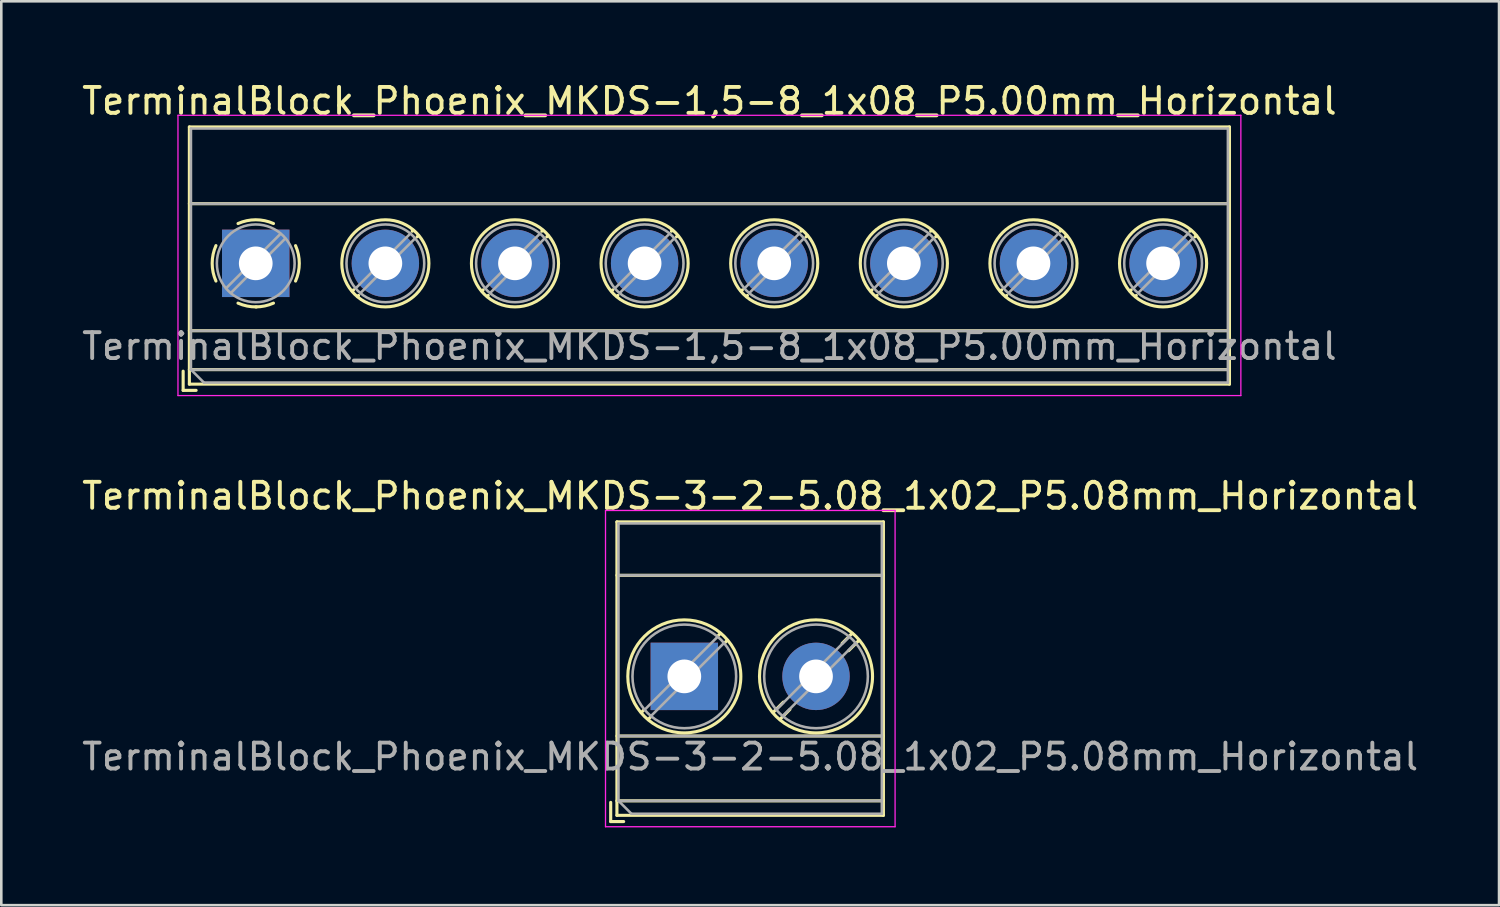
<source format=kicad_pcb>
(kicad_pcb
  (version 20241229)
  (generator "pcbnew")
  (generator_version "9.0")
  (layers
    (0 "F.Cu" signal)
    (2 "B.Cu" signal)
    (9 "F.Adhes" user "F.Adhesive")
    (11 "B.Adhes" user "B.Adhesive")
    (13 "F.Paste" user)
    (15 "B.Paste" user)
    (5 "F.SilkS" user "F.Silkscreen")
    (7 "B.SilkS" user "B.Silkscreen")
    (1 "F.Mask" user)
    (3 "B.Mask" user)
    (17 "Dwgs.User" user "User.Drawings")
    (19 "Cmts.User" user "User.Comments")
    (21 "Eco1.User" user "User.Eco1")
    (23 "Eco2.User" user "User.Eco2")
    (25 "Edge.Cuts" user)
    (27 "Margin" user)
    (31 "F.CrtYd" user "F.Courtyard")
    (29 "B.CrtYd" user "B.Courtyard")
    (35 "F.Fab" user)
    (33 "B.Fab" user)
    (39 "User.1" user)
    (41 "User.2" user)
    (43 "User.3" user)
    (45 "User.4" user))
  (footprint "TerminalBlock_Phoenix_MKDS-1,5-8_1x08_P5.00mm_Horizontal"
    (layer "F.Cu")
    (at 6.815 7.108)
    (property "Reference" "TerminalBlock_Phoenix_MKDS-1,5-8_1x08_P5.00mm_Horizontal" (at 17.5 -6.26 0) (layer "F.SilkS") (effects (font (size 1 1) (thickness 0.15))))
    (attr through_hole)
    (fp_line (start -2.8 4.16) (end -2.8 4.9) (stroke (width 0.12) (type solid)) (layer "F.SilkS"))
    (fp_line (start -2.8 4.9) (end -2.3 4.9) (stroke (width 0.12) (type solid)) (layer "F.SilkS"))
    (fp_line (start -2.56 -5.261) (end -2.56 4.66) (stroke (width 0.12) (type solid)) (layer "F.SilkS"))
    (fp_line (start -2.56 -5.261) (end 37.56 -5.261) (stroke (width 0.12) (type solid)) (layer "F.SilkS"))
    (fp_line (start -2.56 -2.301) (end 37.56 -2.301) (stroke (width 0.12) (type solid)) (layer "F.SilkS"))
    (fp_line (start -2.56 2.6) (end 37.56 2.6) (stroke (width 0.12) (type solid)) (layer "F.SilkS"))
    (fp_line (start -2.56 4.1) (end 37.56 4.1) (stroke (width 0.12) (type solid)) (layer "F.SilkS"))
    (fp_line (start -2.56 4.66) (end 37.56 4.66) (stroke (width 0.12) (type solid)) (layer "F.SilkS"))
    (fp_line (start 3.773 1.023) (end 3.726 1.069) (stroke (width 0.12) (type solid)) (layer "F.SilkS"))
    (fp_line (start 3.966 1.239) (end 3.931 1.274) (stroke (width 0.12) (type solid)) (layer "F.SilkS"))
    (fp_line (start 6.07 -1.275) (end 6.035 -1.239) (stroke (width 0.12) (type solid)) (layer "F.SilkS"))
    (fp_line (start 6.275 -1.069) (end 6.228 -1.023) (stroke (width 0.12) (type solid)) (layer "F.SilkS"))
    (fp_line (start 8.773 1.023) (end 8.726 1.069) (stroke (width 0.12) (type solid)) (layer "F.SilkS"))
    (fp_line (start 8.966 1.239) (end 8.931 1.274) (stroke (width 0.12) (type solid)) (layer "F.SilkS"))
    (fp_line (start 11.07 -1.275) (end 11.035 -1.239) (stroke (width 0.12) (type solid)) (layer "F.SilkS"))
    (fp_line (start 11.275 -1.069) (end 11.228 -1.023) (stroke (width 0.12) (type solid)) (layer "F.SilkS"))
    (fp_line (start 13.773 1.023) (end 13.726 1.069) (stroke (width 0.12) (type solid)) (layer "F.SilkS"))
    (fp_line (start 13.966 1.239) (end 13.931 1.274) (stroke (width 0.12) (type solid)) (layer "F.SilkS"))
    (fp_line (start 16.07 -1.275) (end 16.035 -1.239) (stroke (width 0.12) (type solid)) (layer "F.SilkS"))
    (fp_line (start 16.275 -1.069) (end 16.228 -1.023) (stroke (width 0.12) (type solid)) (layer "F.SilkS"))
    (fp_line (start 18.773 1.023) (end 18.726 1.069) (stroke (width 0.12) (type solid)) (layer "F.SilkS"))
    (fp_line (start 18.966 1.239) (end 18.931 1.274) (stroke (width 0.12) (type solid)) (layer "F.SilkS"))
    (fp_line (start 21.07 -1.275) (end 21.035 -1.239) (stroke (width 0.12) (type solid)) (layer "F.SilkS"))
    (fp_line (start 21.275 -1.069) (end 21.228 -1.023) (stroke (width 0.12) (type solid)) (layer "F.SilkS"))
    (fp_line (start 23.773 1.023) (end 23.726 1.069) (stroke (width 0.12) (type solid)) (layer "F.SilkS"))
    (fp_line (start 23.966 1.239) (end 23.931 1.274) (stroke (width 0.12) (type solid)) (layer "F.SilkS"))
    (fp_line (start 26.07 -1.275) (end 26.035 -1.239) (stroke (width 0.12) (type solid)) (layer "F.SilkS"))
    (fp_line (start 26.275 -1.069) (end 26.228 -1.023) (stroke (width 0.12) (type solid)) (layer "F.SilkS"))
    (fp_line (start 28.773 1.023) (end 28.726 1.069) (stroke (width 0.12) (type solid)) (layer "F.SilkS"))
    (fp_line (start 28.966 1.239) (end 28.931 1.274) (stroke (width 0.12) (type solid)) (layer "F.SilkS"))
    (fp_line (start 31.07 -1.275) (end 31.035 -1.239) (stroke (width 0.12) (type solid)) (layer "F.SilkS"))
    (fp_line (start 31.275 -1.069) (end 31.228 -1.023) (stroke (width 0.12) (type solid)) (layer "F.SilkS"))
    (fp_line (start 33.773 1.023) (end 33.726 1.069) (stroke (width 0.12) (type solid)) (layer "F.SilkS"))
    (fp_line (start 33.966 1.239) (end 33.931 1.274) (stroke (width 0.12) (type solid)) (layer "F.SilkS"))
    (fp_line (start 36.07 -1.275) (end 36.035 -1.239) (stroke (width 0.12) (type solid)) (layer "F.SilkS"))
    (fp_line (start 36.275 -1.069) (end 36.228 -1.023) (stroke (width 0.12) (type solid)) (layer "F.SilkS"))
    (fp_line (start 37.56 -5.261) (end 37.56 4.66) (stroke (width 0.12) (type solid)) (layer "F.SilkS"))
    (fp_arc (start -1.535427 0.683042) (mid -1.680501 -0.000524) (end -1.535 -0.684) (stroke (width 0.12) (type solid)) (layer "F.SilkS"))
    (fp_arc (start -0.683042 -1.535427) (mid 0.000524 -1.680501) (end 0.684 -1.535) (stroke (width 0.12) (type solid)) (layer "F.SilkS"))
    (fp_arc (start 0.028805 1.680253) (mid -0.335551 1.646659) (end -0.684 1.535) (stroke (width 0.12) (type solid)) (layer "F.SilkS"))
    (fp_arc (start 0.683318 1.534756) (mid 0.349292 1.643288) (end 0 1.68) (stroke (width 0.12) (type solid)) (layer "F.SilkS"))
    (fp_arc (start 1.535427 -0.683042) (mid 1.680501 0.000524) (end 1.535 0.684) (stroke (width 0.12) (type solid)) (layer "F.SilkS"))
    (fp_circle (center 5 0) (end 6.68 0) (stroke (width 0.12) (type solid)) (fill no) (layer "F.SilkS"))
    (fp_circle (center 10 0) (end 11.68 0) (stroke (width 0.12) (type solid)) (fill no) (layer "F.SilkS"))
    (fp_circle (center 15 0) (end 16.68 0) (stroke (width 0.12) (type solid)) (fill no) (layer "F.SilkS"))
    (fp_circle (center 20 0) (end 21.68 0) (stroke (width 0.12) (type solid)) (fill no) (layer "F.SilkS"))
    (fp_circle (center 25 0) (end 26.68 0) (stroke (width 0.12) (type solid)) (fill no) (layer "F.SilkS"))
    (fp_circle (center 30 0) (end 31.68 0) (stroke (width 0.12) (type solid)) (fill no) (layer "F.SilkS"))
    (fp_circle (center 35 0) (end 36.68 0) (stroke (width 0.12) (type solid)) (fill no) (layer "F.SilkS"))
    (fp_line (start -3 -5.71) (end -3 5.1) (stroke (width 0.05) (type solid)) (layer "F.CrtYd"))
    (fp_line (start -3 5.1) (end 38 5.1) (stroke (width 0.05) (type solid)) (layer "F.CrtYd"))
    (fp_line (start 38 -5.71) (end -3 -5.71) (stroke (width 0.05) (type solid)) (layer "F.CrtYd"))
    (fp_line (start 38 5.1) (end 38 -5.71) (stroke (width 0.05) (type solid)) (layer "F.CrtYd"))
    (fp_line (start -2.5 -5.2) (end 37.5 -5.2) (stroke (width 0.1) (type solid)) (layer "F.Fab"))
    (fp_line (start -2.5 -2.3) (end 37.5 -2.3) (stroke (width 0.1) (type solid)) (layer "F.Fab"))
    (fp_line (start -2.5 2.6) (end 37.5 2.6) (stroke (width 0.1) (type solid)) (layer "F.Fab"))
    (fp_line (start -2.5 4.1) (end -2.5 -5.2) (stroke (width 0.1) (type solid)) (layer "F.Fab"))
    (fp_line (start -2.5 4.1) (end 37.5 4.1) (stroke (width 0.1) (type solid)) (layer "F.Fab"))
    (fp_line (start -2 4.6) (end -2.5 4.1) (stroke (width 0.1) (type solid)) (layer "F.Fab"))
    (fp_line (start 0.955 -1.138) (end -1.138 0.955) (stroke (width 0.1) (type solid)) (layer "F.Fab"))
    (fp_line (start 1.138 -0.955) (end -0.955 1.138) (stroke (width 0.1) (type solid)) (layer "F.Fab"))
    (fp_line (start 5.955 -1.138) (end 3.863 0.955) (stroke (width 0.1) (type solid)) (layer "F.Fab"))
    (fp_line (start 6.138 -0.955) (end 4.046 1.138) (stroke (width 0.1) (type solid)) (layer "F.Fab"))
    (fp_line (start 10.955 -1.138) (end 8.863 0.955) (stroke (width 0.1) (type solid)) (layer "F.Fab"))
    (fp_line (start 11.138 -0.955) (end 9.046 1.138) (stroke (width 0.1) (type solid)) (layer "F.Fab"))
    (fp_line (start 15.955 -1.138) (end 13.863 0.955) (stroke (width 0.1) (type solid)) (layer "F.Fab"))
    (fp_line (start 16.138 -0.955) (end 14.046 1.138) (stroke (width 0.1) (type solid)) (layer "F.Fab"))
    (fp_line (start 20.955 -1.138) (end 18.863 0.955) (stroke (width 0.1) (type solid)) (layer "F.Fab"))
    (fp_line (start 21.138 -0.955) (end 19.046 1.138) (stroke (width 0.1) (type solid)) (layer "F.Fab"))
    (fp_line (start 25.955 -1.138) (end 23.863 0.955) (stroke (width 0.1) (type solid)) (layer "F.Fab"))
    (fp_line (start 26.138 -0.955) (end 24.046 1.138) (stroke (width 0.1) (type solid)) (layer "F.Fab"))
    (fp_line (start 30.955 -1.138) (end 28.863 0.955) (stroke (width 0.1) (type solid)) (layer "F.Fab"))
    (fp_line (start 31.138 -0.955) (end 29.046 1.138) (stroke (width 0.1) (type solid)) (layer "F.Fab"))
    (fp_line (start 35.955 -1.138) (end 33.863 0.955) (stroke (width 0.1) (type solid)) (layer "F.Fab"))
    (fp_line (start 36.138 -0.955) (end 34.046 1.138) (stroke (width 0.1) (type solid)) (layer "F.Fab"))
    (fp_line (start 37.5 -5.2) (end 37.5 4.6) (stroke (width 0.1) (type solid)) (layer "F.Fab"))
    (fp_line (start 37.5 4.6) (end -2 4.6) (stroke (width 0.1) (type solid)) (layer "F.Fab"))
    (fp_circle (center 0 0) (end 1.5 0) (stroke (width 0.1) (type solid)) (fill no) (layer "F.Fab"))
    (fp_circle (center 5 0) (end 6.5 0) (stroke (width 0.1) (type solid)) (fill no) (layer "F.Fab"))
    (fp_circle (center 10 0) (end 11.5 0) (stroke (width 0.1) (type solid)) (fill no) (layer "F.Fab"))
    (fp_circle (center 15 0) (end 16.5 0) (stroke (width 0.1) (type solid)) (fill no) (layer "F.Fab"))
    (fp_circle (center 20 0) (end 21.5 0) (stroke (width 0.1) (type solid)) (fill no) (layer "F.Fab"))
    (fp_circle (center 25 0) (end 26.5 0) (stroke (width 0.1) (type solid)) (fill no) (layer "F.Fab"))
    (fp_circle (center 30 0) (end 31.5 0) (stroke (width 0.1) (type solid)) (fill no) (layer "F.Fab"))
    (fp_circle (center 35 0) (end 36.5 0) (stroke (width 0.1) (type solid)) (fill no) (layer "F.Fab"))
    (fp_text user "${REFERENCE}" (at 17.5 3.2 0) (layer "F.Fab") (effects (font (size 1 1) (thickness 0.15))))
    (pad "1" thru_hole rect (at 0 0) (size 2.6 2.6) (drill 1.3) (layers "*.Cu" "*.Mask"))
    (pad "2" thru_hole circle (at 5 0) (size 2.6 2.6) (drill 1.3) (layers "*.Cu" "*.Mask"))
    (pad "3" thru_hole circle (at 10 0) (size 2.6 2.6) (drill 1.3) (layers "*.Cu" "*.Mask"))
    (pad "4" thru_hole circle (at 15 0) (size 2.6 2.6) (drill 1.3) (layers "*.Cu" "*.Mask"))
    (pad "5" thru_hole circle (at 20 0) (size 2.6 2.6) (drill 1.3) (layers "*.Cu" "*.Mask"))
    (pad "6" thru_hole circle (at 25 0) (size 2.6 2.6) (drill 1.3) (layers "*.Cu" "*.Mask"))
    (pad "7" thru_hole circle (at 30 0) (size 2.6 2.6) (drill 1.3) (layers "*.Cu" "*.Mask"))
    (pad "8" thru_hole circle (at 35 0) (size 2.6 2.6) (drill 1.3) (layers "*.Cu" "*.Mask")))
  (footprint "TerminalBlock_Phoenix_MKDS-3-2-5.08_1x02_P5.08mm_Horizontal"
    (layer "F.Cu")
    (at 23.347 23.041)
    (property "Reference" "TerminalBlock_Phoenix_MKDS-3-2-5.08_1x02_P5.08mm_Horizontal" (at 2.54 -6.96 0) (layer "F.SilkS") (effects (font (size 1 1) (thickness 0.15))))
    (attr through_hole)
    (fp_line (start -2.84 4.86) (end -2.84 5.6) (stroke (width 0.12) (type solid)) (layer "F.SilkS"))
    (fp_line (start -2.84 5.6) (end -2.34 5.6) (stroke (width 0.12) (type solid)) (layer "F.SilkS"))
    (fp_line (start -2.6 -5.96) (end -2.6 5.36) (stroke (width 0.12) (type solid)) (layer "F.SilkS"))
    (fp_line (start -2.6 -5.96) (end 7.68 -5.96) (stroke (width 0.12) (type solid)) (layer "F.SilkS"))
    (fp_line (start -2.6 -3.9) (end 7.68 -3.9) (stroke (width 0.12) (type solid)) (layer "F.SilkS"))
    (fp_line (start -2.6 2.3) (end 7.68 2.3) (stroke (width 0.12) (type solid)) (layer "F.SilkS"))
    (fp_line (start -2.6 4.8) (end 7.68 4.8) (stroke (width 0.12) (type solid)) (layer "F.SilkS"))
    (fp_line (start -2.6 5.36) (end 7.68 5.36) (stroke (width 0.12) (type solid)) (layer "F.SilkS"))
    (fp_line (start -1.548 1.281) (end -1.654 1.388) (stroke (width 0.12) (type solid)) (layer "F.SilkS"))
    (fp_line (start -1.282 1.547) (end -1.388 1.654) (stroke (width 0.12) (type solid)) (layer "F.SilkS"))
    (fp_line (start 1.388 -1.654) (end 1.281 -1.547) (stroke (width 0.12) (type solid)) (layer "F.SilkS"))
    (fp_line (start 1.654 -1.388) (end 1.547 -1.281) (stroke (width 0.12) (type solid)) (layer "F.SilkS"))
    (fp_line (start 3.822 0.992) (end 3.427 1.388) (stroke (width 0.12) (type solid)) (layer "F.SilkS"))
    (fp_line (start 4.073 1.274) (end 3.693 1.654) (stroke (width 0.12) (type solid)) (layer "F.SilkS"))
    (fp_line (start 6.468 -1.654) (end 6.088 -1.274) (stroke (width 0.12) (type solid)) (layer "F.SilkS"))
    (fp_line (start 6.734 -1.388) (end 6.339 -0.992) (stroke (width 0.12) (type solid)) (layer "F.SilkS"))
    (fp_line (start 7.68 -5.96) (end 7.68 5.36) (stroke (width 0.12) (type solid)) (layer "F.SilkS"))
    (fp_circle (center 0 0) (end 2.18 0) (stroke (width 0.12) (type solid)) (fill no) (layer "F.SilkS"))
    (fp_circle (center 5.08 0) (end 7.26 0) (stroke (width 0.12) (type solid)) (fill no) (layer "F.SilkS"))
    (fp_line (start -3.04 -6.4) (end -3.04 5.8) (stroke (width 0.05) (type solid)) (layer "F.CrtYd"))
    (fp_line (start -3.04 5.8) (end 8.13 5.8) (stroke (width 0.05) (type solid)) (layer "F.CrtYd"))
    (fp_line (start 8.13 -6.4) (end -3.04 -6.4) (stroke (width 0.05) (type solid)) (layer "F.CrtYd"))
    (fp_line (start 8.13 5.8) (end 8.13 -6.4) (stroke (width 0.05) (type solid)) (layer "F.CrtYd"))
    (fp_line (start -2.54 -5.9) (end 7.62 -5.9) (stroke (width 0.1) (type solid)) (layer "F.Fab"))
    (fp_line (start -2.54 -3.9) (end 7.62 -3.9) (stroke (width 0.1) (type solid)) (layer "F.Fab"))
    (fp_line (start -2.54 2.3) (end 7.62 2.3) (stroke (width 0.1) (type solid)) (layer "F.Fab"))
    (fp_line (start -2.54 4.8) (end -2.54 -5.9) (stroke (width 0.1) (type solid)) (layer "F.Fab"))
    (fp_line (start -2.54 4.8) (end 7.62 4.8) (stroke (width 0.1) (type solid)) (layer "F.Fab"))
    (fp_line (start -2.04 5.3) (end -2.54 4.8) (stroke (width 0.1) (type solid)) (layer "F.Fab"))
    (fp_line (start 1.273 -1.517) (end -1.517 1.273) (stroke (width 0.1) (type solid)) (layer "F.Fab"))
    (fp_line (start 1.517 -1.273) (end -1.273 1.517) (stroke (width 0.1) (type solid)) (layer "F.Fab"))
    (fp_line (start 6.353 -1.517) (end 3.564 1.273) (stroke (width 0.1) (type solid)) (layer "F.Fab"))
    (fp_line (start 6.597 -1.273) (end 3.808 1.517) (stroke (width 0.1) (type solid)) (layer "F.Fab"))
    (fp_line (start 7.62 -5.9) (end 7.62 5.3) (stroke (width 0.1) (type solid)) (layer "F.Fab"))
    (fp_line (start 7.62 5.3) (end -2.04 5.3) (stroke (width 0.1) (type solid)) (layer "F.Fab"))
    (fp_circle (center 0 0) (end 2 0) (stroke (width 0.1) (type solid)) (fill no) (layer "F.Fab"))
    (fp_circle (center 5.08 0) (end 7.08 0) (stroke (width 0.1) (type solid)) (fill no) (layer "F.Fab"))
    (fp_text user "${REFERENCE}" (at 2.54 3.1 0) (layer "F.Fab") (effects (font (size 1 1) (thickness 0.15))))
    (pad "1" thru_hole rect (at 0 0) (size 2.6 2.6) (drill 1.3) (layers "*.Cu" "*.Mask"))
    (pad "2" thru_hole circle (at 5.08 0) (size 2.6 2.6) (drill 1.3) (layers "*.Cu" "*.Mask")))
  (gr_rect
    (start -3 -3)
    (end 54.774 31.866)
    (stroke (width 0.1) (type default))
    (fill no)
    (layer "Edge.Cuts")))
</source>
